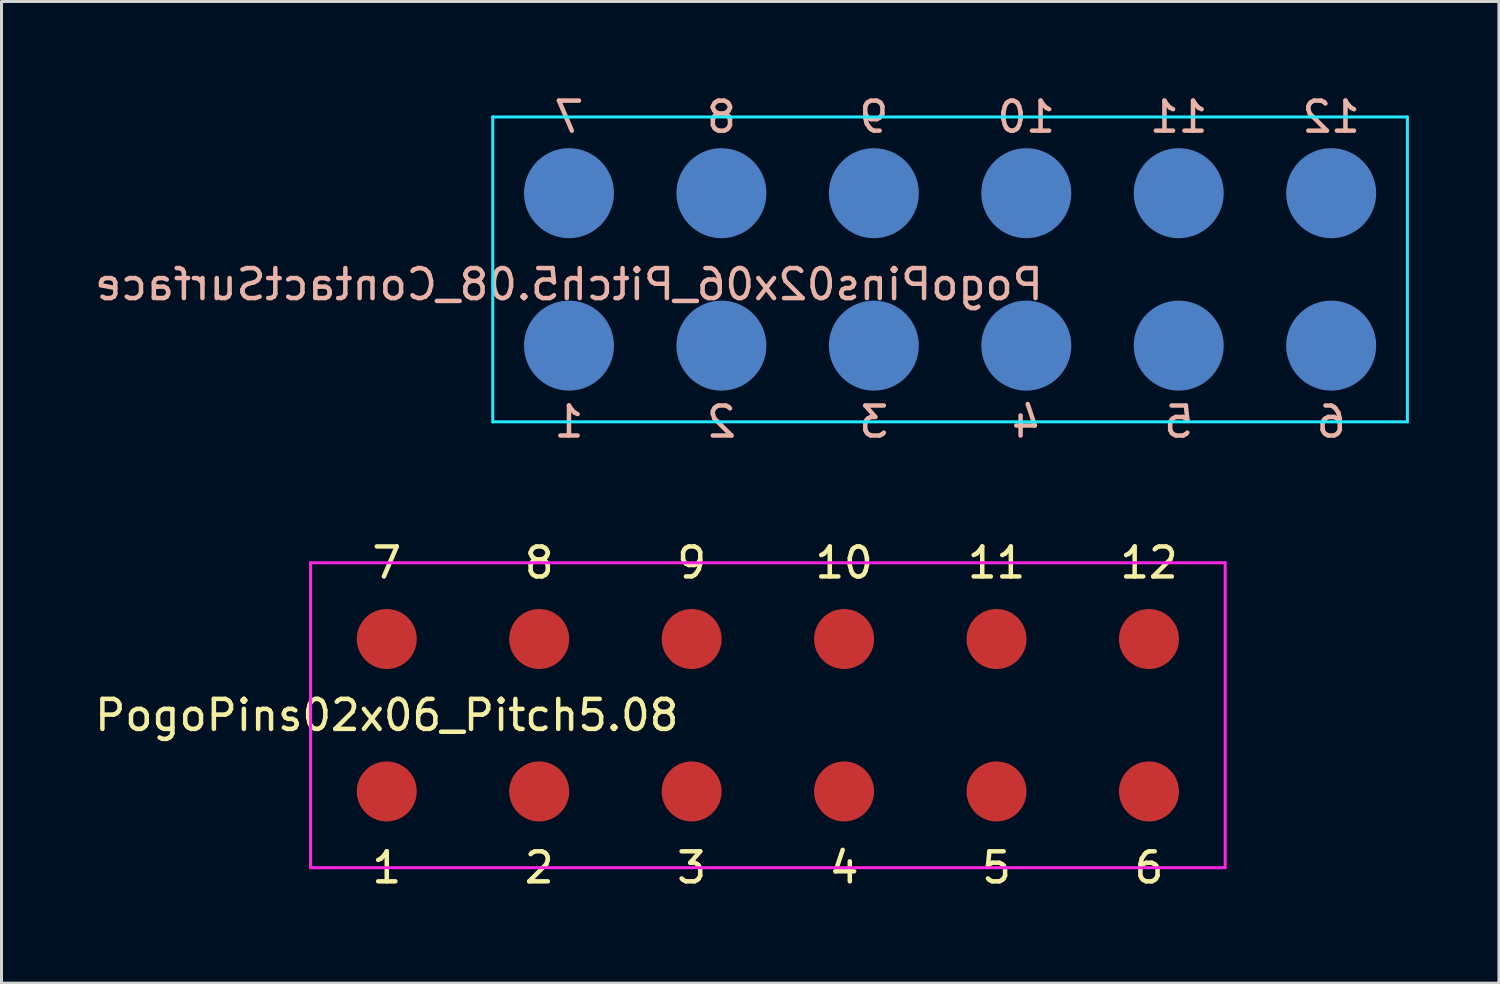
<source format=kicad_pcb>
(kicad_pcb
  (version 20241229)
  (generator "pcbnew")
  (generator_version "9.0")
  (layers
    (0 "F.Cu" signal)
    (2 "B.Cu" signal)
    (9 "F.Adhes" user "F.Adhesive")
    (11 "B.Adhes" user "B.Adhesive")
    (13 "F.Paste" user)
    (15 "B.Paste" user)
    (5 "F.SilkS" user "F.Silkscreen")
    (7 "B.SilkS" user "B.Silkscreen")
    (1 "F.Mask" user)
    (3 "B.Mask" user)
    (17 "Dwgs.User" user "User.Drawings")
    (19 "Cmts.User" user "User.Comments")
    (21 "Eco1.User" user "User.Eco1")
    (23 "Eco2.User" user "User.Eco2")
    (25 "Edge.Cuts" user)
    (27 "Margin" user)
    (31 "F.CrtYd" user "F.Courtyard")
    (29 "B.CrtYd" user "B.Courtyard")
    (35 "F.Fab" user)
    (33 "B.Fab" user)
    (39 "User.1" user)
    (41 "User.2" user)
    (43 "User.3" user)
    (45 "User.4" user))
  (footprint "PogoPins02x06_Pitch5.08"
    (layer "F.Cu")
    (at 9.839 18.245)
    (property "Reference" "PogoPins02x06_Pitch5.08" (at 0 2.54 0) (layer "F.SilkS") (effects (font (size 1 1) (thickness 0.15))))
    (attr through_hole)
    (fp_line (start -2.54 -2.54) (end -2.54 7.62) (stroke (width 0.1) (type solid)) (layer "F.CrtYd"))
    (fp_line (start -2.54 7.62) (end 27.94 7.62) (stroke (width 0.1) (type solid)) (layer "F.CrtYd"))
    (fp_line (start 27.94 -2.54) (end -2.54 -2.54) (stroke (width 0.1) (type solid)) (layer "F.CrtYd"))
    (fp_line (start 27.94 7.62) (end 27.94 -2.54) (stroke (width 0.1) (type solid)) (layer "F.CrtYd"))
    (fp_text user "2" (at 5.08 7.62 0) (layer "F.SilkS") (effects (font (size 1 1) (thickness 0.15))))
    (fp_text user "5" (at 20.32 7.62 0) (layer "F.SilkS") (effects (font (size 1 1) (thickness 0.15))))
    (fp_text user "11" (at 20.32 -2.54 0) (layer "F.SilkS") (effects (font (size 1 1) (thickness 0.15))))
    (fp_text user "4" (at 15.24 7.62 0) (layer "F.SilkS") (effects (font (size 1 1) (thickness 0.15))))
    (fp_text user "10" (at 15.24 -2.54 0) (layer "F.SilkS") (effects (font (size 1 1) (thickness 0.15))))
    (fp_text user "3" (at 10.16 7.62 0) (layer "F.SilkS") (effects (font (size 1 1) (thickness 0.15))))
    (fp_text user "7" (at 0 -2.54 0) (layer "F.SilkS") (effects (font (size 1 1) (thickness 0.15))))
    (fp_text user "1" (at 0 7.62 0) (layer "F.SilkS") (effects (font (size 1 1) (thickness 0.15))))
    (fp_text user "8" (at 5.08 -2.54 0) (layer "F.SilkS") (effects (font (size 1 1) (thickness 0.15))))
    (fp_text user "9" (at 10.16 -2.54 0) (layer "F.SilkS") (effects (font (size 1 1) (thickness 0.15))))
    (fp_text user "6" (at 25.4 7.62 0) (layer "F.SilkS") (effects (font (size 1 1) (thickness 0.15))))
    (fp_text user "12" (at 25.4 -2.54 0) (layer "F.SilkS") (effects (font (size 1 1) (thickness 0.15))))
    (pad "1" smd circle (at 0 5.08) (size 2 2) (layers "F.Cu" "F.Mask"))
    (pad "2" smd circle (at 5.08 5.08) (size 2 2) (layers "F.Cu" "F.Mask"))
    (pad "3" smd circle (at 10.16 5.08) (size 2 2) (layers "F.Cu" "F.Mask"))
    (pad "4" smd circle (at 15.24 5.08) (size 2 2) (layers "F.Cu" "F.Mask"))
    (pad "5" smd circle (at 20.32 5.08) (size 2 2) (layers "F.Cu" "F.Mask"))
    (pad "6" smd circle (at 25.4 5.08) (size 2 2) (layers "F.Cu" "F.Mask"))
    (pad "7" smd circle (at 0 0) (size 2 2) (layers "F.Cu" "F.Mask"))
    (pad "8" smd circle (at 5.08 0) (size 2 2) (layers "F.Cu" "F.Mask"))
    (pad "9" smd circle (at 10.16 0) (size 2 2) (layers "F.Cu" "F.Mask"))
    (pad "10" smd circle (at 15.24 0) (size 2 2) (layers "F.Cu" "F.Mask"))
    (pad "11" smd circle (at 20.32 0) (size 2 2) (layers "F.Cu" "F.Mask"))
    (pad "12" smd circle (at 25.4 0) (size 2 2) (layers "F.Cu" "F.Mask")))
  (footprint "PogoPins02x06_Pitch5.08_ContactSurface"
    (layer "F.Cu")
    (at 15.911 5.928)
    (property "Reference" "PogoPins02x06_Pitch5.08_ContactSurface" (at 0 0.5 0) (layer "B.SilkS") (effects (font (size 1 1) (thickness 0.15)) (justify mirror)))
    (attr through_hole)
    (fp_line (start -2.54 -5.08) (end -2.54 5.08) (stroke (width 0.1) (type solid)) (layer "B.CrtYd"))
    (fp_line (start -2.54 5.08) (end 27.94 5.08) (stroke (width 0.1) (type solid)) (layer "B.CrtYd"))
    (fp_line (start 27.94 -5.08) (end -2.54 -5.08) (stroke (width 0.1) (type solid)) (layer "B.CrtYd"))
    (fp_line (start 27.94 5.08) (end 27.94 -5.08) (stroke (width 0.1) (type solid)) (layer "B.CrtYd"))
    (fp_text user "8" (at 5.08 -5.08 0) (layer "B.SilkS") (effects (font (size 1 1) (thickness 0.15)) (justify mirror)))
    (fp_text user "9" (at 10.16 -5.08 0) (layer "B.SilkS") (effects (font (size 1 1) (thickness 0.15)) (justify mirror)))
    (fp_text user "7" (at 0 -5.08 0) (layer "B.SilkS") (effects (font (size 1 1) (thickness 0.15)) (justify mirror)))
    (fp_text user "10" (at 15.24 -5.08 0) (layer "B.SilkS") (effects (font (size 1 1) (thickness 0.15)) (justify mirror)))
    (fp_text user "4" (at 15.24 5.08 0) (layer "B.SilkS") (effects (font (size 1 1) (thickness 0.15)) (justify mirror)))
    (fp_text user "5" (at 20.32 5.08 0) (layer "B.SilkS") (effects (font (size 1 1) (thickness 0.15)) (justify mirror)))
    (fp_text user "1" (at 0 5.08 0) (layer "B.SilkS") (effects (font (size 1 1) (thickness 0.15)) (justify mirror)))
    (fp_text user "2" (at 5.08 5.08 0) (layer "B.SilkS") (effects (font (size 1 1) (thickness 0.15)) (justify mirror)))
    (fp_text user "12" (at 25.4 -5.08 0) (layer "B.SilkS") (effects (font (size 1 1) (thickness 0.15)) (justify mirror)))
    (fp_text user "6" (at 25.4 5.08 0) (layer "B.SilkS") (effects (font (size 1 1) (thickness 0.15)) (justify mirror)))
    (fp_text user "11" (at 20.32 -5.08 0) (layer "B.SilkS") (effects (font (size 1 1) (thickness 0.15)) (justify mirror)))
    (fp_text user "3" (at 10.16 5.08 0) (layer "B.SilkS") (effects (font (size 1 1) (thickness 0.15)) (justify mirror)))
    (pad "1" smd circle (at 0 2.54) (size 3 3) (layers "B.Cu" "B.Mask"))
    (pad "2" smd circle (at 5.08 2.54) (size 3 3) (layers "B.Cu" "B.Mask"))
    (pad "3" smd circle (at 10.16 2.54) (size 3 3) (layers "B.Cu" "B.Mask"))
    (pad "4" smd circle (at 15.24 2.54) (size 3 3) (layers "B.Cu" "B.Mask"))
    (pad "5" smd circle (at 20.32 2.54) (size 3 3) (layers "B.Cu" "B.Mask"))
    (pad "6" smd circle (at 25.4 2.54) (size 3 3) (layers "B.Cu" "B.Mask"))
    (pad "7" smd circle (at 0 -2.54) (size 3 3) (layers "B.Cu" "B.Mask"))
    (pad "8" smd circle (at 5.08 -2.54) (size 3 3) (layers "B.Cu" "B.Mask"))
    (pad "9" smd circle (at 10.16 -2.54) (size 3 3) (layers "B.Cu" "B.Mask"))
    (pad "10" smd circle (at 15.24 -2.54) (size 3 3) (layers "B.Cu" "B.Mask"))
    (pad "11" smd circle (at 20.32 -2.54) (size 3 3) (layers "B.Cu" "B.Mask"))
    (pad "12" smd circle (at 25.4 -2.54) (size 3 3) (layers "B.Cu" "B.Mask")))
  (gr_rect
    (start -3 -3)
    (end 46.901 29.713)
    (stroke (width 0.1) (type default))
    (fill no)
    (layer "Edge.Cuts")))
</source>
